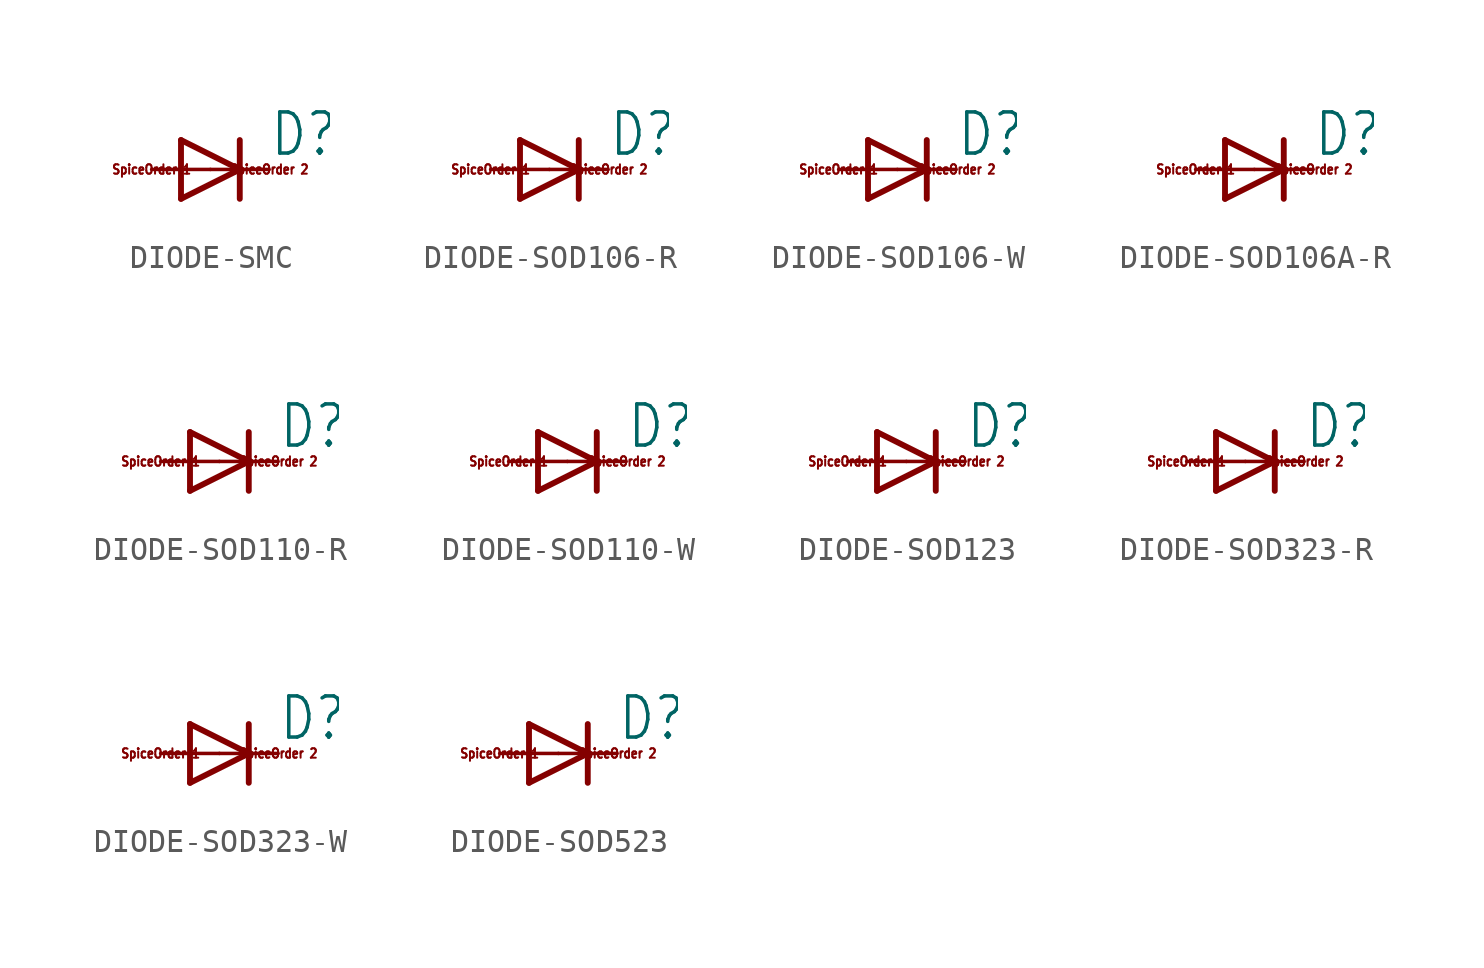
<source format=kicad_sym>
(kicad_symbol_lib
  (version 20241209)
  (generator "kicad_symbol_editor")
  (generator_version "9.0")
  (symbol "DIODE-SMC"
    (property "Reference" "D"
      (at 2.54 0.483 0)
      (effects (font (size 1.778 1.511)) (justify left bottom)))
    (property "Value" ""
      (at 2.54 -2.311 0)
      (effects (font (size 1.778 1.511)) (justify left bottom)))
    (property "ki_locked" ""
      (at 0 0 0)
      (effects (font (size 1.27 1.27))))
    (symbol "DIODE-SMC_1_0"
      (polyline (pts (xy -1.27 1.27) (xy -1.27 -1.27)) (stroke (width 0.254) (type solid)) (fill (type none)))
      (polyline (pts (xy -1.27 -1.27) (xy 1.27 0)) (stroke (width 0.254) (type solid)) (fill (type none)))
      (polyline (pts (xy 1.27 1.27) (xy 1.27 0)) (stroke (width 0.254) (type solid)) (fill (type none)))
      (polyline (pts (xy 1.27 0) (xy -1.27 1.27)) (stroke (width 0.254) (type solid)) (fill (type none)))
      (polyline (pts (xy 1.27 0) (xy 1.27 -1.27)) (stroke (width 0.254) (type solid)) (fill (type none)))
      (text "SpiceOrder 1" (at -2.54 0 0) (effects (font (size 0.406 0.345))))
      (text "SpiceOrder 2" (at 2.54 0 0) (effects (font (size 0.406 0.345))))
      (pin passive line (at -2.54 0 0) (length 2.54) (name "A" (effects (font (size 0 0)))) (number "A" (effects (font (size 0 0)))))
      (pin passive line (at 2.54 0 180) (length 2.54) (name "C" (effects (font (size 0 0)))) (number "C" (effects (font (size 0 0)))))))
  (symbol "DIODE-SOD106-R"
    (property "Reference" "D"
      (at 2.54 0.483 0)
      (effects (font (size 1.778 1.511)) (justify left bottom)))
    (property "Value" ""
      (at 2.54 -2.311 0)
      (effects (font (size 1.778 1.511)) (justify left bottom)))
    (property "ki_locked" ""
      (at 0 0 0)
      (effects (font (size 1.27 1.27))))
    (symbol "DIODE-SOD106-R_1_0"
      (polyline (pts (xy -1.27 1.27) (xy -1.27 -1.27)) (stroke (width 0.254) (type solid)) (fill (type none)))
      (polyline (pts (xy -1.27 -1.27) (xy 1.27 0)) (stroke (width 0.254) (type solid)) (fill (type none)))
      (polyline (pts (xy 1.27 1.27) (xy 1.27 0)) (stroke (width 0.254) (type solid)) (fill (type none)))
      (polyline (pts (xy 1.27 0) (xy -1.27 1.27)) (stroke (width 0.254) (type solid)) (fill (type none)))
      (polyline (pts (xy 1.27 0) (xy 1.27 -1.27)) (stroke (width 0.254) (type solid)) (fill (type none)))
      (text "SpiceOrder 1" (at -2.54 0 0) (effects (font (size 0.406 0.345))))
      (text "SpiceOrder 2" (at 2.54 0 0) (effects (font (size 0.406 0.345))))
      (pin passive line (at -2.54 0 0) (length 2.54) (name "A" (effects (font (size 0 0)))) (number "A" (effects (font (size 0 0)))))
      (pin passive line (at 2.54 0 180) (length 2.54) (name "C" (effects (font (size 0 0)))) (number "C" (effects (font (size 0 0)))))))
  (symbol "DIODE-SOD106-W"
    (property "Reference" "D"
      (at 2.54 0.483 0)
      (effects (font (size 1.778 1.511)) (justify left bottom)))
    (property "Value" ""
      (at 2.54 -2.311 0)
      (effects (font (size 1.778 1.511)) (justify left bottom)))
    (property "ki_locked" ""
      (at 0 0 0)
      (effects (font (size 1.27 1.27))))
    (symbol "DIODE-SOD106-W_1_0"
      (polyline (pts (xy -1.27 1.27) (xy -1.27 -1.27)) (stroke (width 0.254) (type solid)) (fill (type none)))
      (polyline (pts (xy -1.27 -1.27) (xy 1.27 0)) (stroke (width 0.254) (type solid)) (fill (type none)))
      (polyline (pts (xy 1.27 1.27) (xy 1.27 0)) (stroke (width 0.254) (type solid)) (fill (type none)))
      (polyline (pts (xy 1.27 0) (xy -1.27 1.27)) (stroke (width 0.254) (type solid)) (fill (type none)))
      (polyline (pts (xy 1.27 0) (xy 1.27 -1.27)) (stroke (width 0.254) (type solid)) (fill (type none)))
      (text "SpiceOrder 1" (at -2.54 0 0) (effects (font (size 0.406 0.345))))
      (text "SpiceOrder 2" (at 2.54 0 0) (effects (font (size 0.406 0.345))))
      (pin passive line (at -2.54 0 0) (length 2.54) (name "A" (effects (font (size 0 0)))) (number "A" (effects (font (size 0 0)))))
      (pin passive line (at 2.54 0 180) (length 2.54) (name "C" (effects (font (size 0 0)))) (number "C" (effects (font (size 0 0)))))))
  (symbol "DIODE-SOD106A-R"
    (property "Reference" "D"
      (at 2.54 0.483 0)
      (effects (font (size 1.778 1.511)) (justify left bottom)))
    (property "Value" ""
      (at 2.54 -2.311 0)
      (effects (font (size 1.778 1.511)) (justify left bottom)))
    (property "ki_locked" ""
      (at 0 0 0)
      (effects (font (size 1.27 1.27))))
    (symbol "DIODE-SOD106A-R_1_0"
      (polyline (pts (xy -1.27 1.27) (xy -1.27 -1.27)) (stroke (width 0.254) (type solid)) (fill (type none)))
      (polyline (pts (xy -1.27 -1.27) (xy 1.27 0)) (stroke (width 0.254) (type solid)) (fill (type none)))
      (polyline (pts (xy 1.27 1.27) (xy 1.27 0)) (stroke (width 0.254) (type solid)) (fill (type none)))
      (polyline (pts (xy 1.27 0) (xy -1.27 1.27)) (stroke (width 0.254) (type solid)) (fill (type none)))
      (polyline (pts (xy 1.27 0) (xy 1.27 -1.27)) (stroke (width 0.254) (type solid)) (fill (type none)))
      (text "SpiceOrder 1" (at -2.54 0 0) (effects (font (size 0.406 0.345))))
      (text "SpiceOrder 2" (at 2.54 0 0) (effects (font (size 0.406 0.345))))
      (pin passive line (at -2.54 0 0) (length 2.54) (name "A" (effects (font (size 0 0)))) (number "A" (effects (font (size 0 0)))))
      (pin passive line (at 2.54 0 180) (length 2.54) (name "C" (effects (font (size 0 0)))) (number "C" (effects (font (size 0 0)))))))
  (symbol "DIODE-SOD110-R"
    (property "Reference" "D"
      (at 2.54 0.483 0)
      (effects (font (size 1.778 1.511)) (justify left bottom)))
    (property "Value" ""
      (at 2.54 -2.311 0)
      (effects (font (size 1.778 1.511)) (justify left bottom)))
    (property "ki_locked" ""
      (at 0 0 0)
      (effects (font (size 1.27 1.27))))
    (symbol "DIODE-SOD110-R_1_0"
      (polyline (pts (xy -1.27 1.27) (xy -1.27 -1.27)) (stroke (width 0.254) (type solid)) (fill (type none)))
      (polyline (pts (xy -1.27 -1.27) (xy 1.27 0)) (stroke (width 0.254) (type solid)) (fill (type none)))
      (polyline (pts (xy 1.27 1.27) (xy 1.27 0)) (stroke (width 0.254) (type solid)) (fill (type none)))
      (polyline (pts (xy 1.27 0) (xy -1.27 1.27)) (stroke (width 0.254) (type solid)) (fill (type none)))
      (polyline (pts (xy 1.27 0) (xy 1.27 -1.27)) (stroke (width 0.254) (type solid)) (fill (type none)))
      (text "SpiceOrder 1" (at -2.54 0 0) (effects (font (size 0.406 0.345))))
      (text "SpiceOrder 2" (at 2.54 0 0) (effects (font (size 0.406 0.345))))
      (pin passive line (at -2.54 0 0) (length 2.54) (name "A" (effects (font (size 0 0)))) (number "A" (effects (font (size 0 0)))))
      (pin passive line (at 2.54 0 180) (length 2.54) (name "C" (effects (font (size 0 0)))) (number "C" (effects (font (size 0 0)))))))
  (symbol "DIODE-SOD110-W"
    (property "Reference" "D"
      (at 2.54 0.483 0)
      (effects (font (size 1.778 1.511)) (justify left bottom)))
    (property "Value" ""
      (at 2.54 -2.311 0)
      (effects (font (size 1.778 1.511)) (justify left bottom)))
    (property "ki_locked" ""
      (at 0 0 0)
      (effects (font (size 1.27 1.27))))
    (symbol "DIODE-SOD110-W_1_0"
      (polyline (pts (xy -1.27 1.27) (xy -1.27 -1.27)) (stroke (width 0.254) (type solid)) (fill (type none)))
      (polyline (pts (xy -1.27 -1.27) (xy 1.27 0)) (stroke (width 0.254) (type solid)) (fill (type none)))
      (polyline (pts (xy 1.27 1.27) (xy 1.27 0)) (stroke (width 0.254) (type solid)) (fill (type none)))
      (polyline (pts (xy 1.27 0) (xy -1.27 1.27)) (stroke (width 0.254) (type solid)) (fill (type none)))
      (polyline (pts (xy 1.27 0) (xy 1.27 -1.27)) (stroke (width 0.254) (type solid)) (fill (type none)))
      (text "SpiceOrder 1" (at -2.54 0 0) (effects (font (size 0.406 0.345))))
      (text "SpiceOrder 2" (at 2.54 0 0) (effects (font (size 0.406 0.345))))
      (pin passive line (at -2.54 0 0) (length 2.54) (name "A" (effects (font (size 0 0)))) (number "A" (effects (font (size 0 0)))))
      (pin passive line (at 2.54 0 180) (length 2.54) (name "C" (effects (font (size 0 0)))) (number "C" (effects (font (size 0 0)))))))
  (symbol "DIODE-SOD123"
    (property "Reference" "D"
      (at 2.54 0.483 0)
      (effects (font (size 1.778 1.511)) (justify left bottom)))
    (property "Value" ""
      (at 2.54 -2.311 0)
      (effects (font (size 1.778 1.511)) (justify left bottom)))
    (property "ki_locked" ""
      (at 0 0 0)
      (effects (font (size 1.27 1.27))))
    (symbol "DIODE-SOD123_1_0"
      (polyline (pts (xy -1.27 1.27) (xy -1.27 -1.27)) (stroke (width 0.254) (type solid)) (fill (type none)))
      (polyline (pts (xy -1.27 -1.27) (xy 1.27 0)) (stroke (width 0.254) (type solid)) (fill (type none)))
      (polyline (pts (xy 1.27 1.27) (xy 1.27 0)) (stroke (width 0.254) (type solid)) (fill (type none)))
      (polyline (pts (xy 1.27 0) (xy -1.27 1.27)) (stroke (width 0.254) (type solid)) (fill (type none)))
      (polyline (pts (xy 1.27 0) (xy 1.27 -1.27)) (stroke (width 0.254) (type solid)) (fill (type none)))
      (text "SpiceOrder 1" (at -2.54 0 0) (effects (font (size 0.406 0.345))))
      (text "SpiceOrder 2" (at 2.54 0 0) (effects (font (size 0.406 0.345))))
      (pin passive line (at -2.54 0 0) (length 2.54) (name "A" (effects (font (size 0 0)))) (number "A" (effects (font (size 0 0)))))
      (pin passive line (at 2.54 0 180) (length 2.54) (name "C" (effects (font (size 0 0)))) (number "C" (effects (font (size 0 0)))))))
  (symbol "DIODE-SOD323-R"
    (property "Reference" "D"
      (at 2.54 0.483 0)
      (effects (font (size 1.778 1.511)) (justify left bottom)))
    (property "Value" ""
      (at 2.54 -2.311 0)
      (effects (font (size 1.778 1.511)) (justify left bottom)))
    (property "ki_locked" ""
      (at 0 0 0)
      (effects (font (size 1.27 1.27))))
    (symbol "DIODE-SOD323-R_1_0"
      (polyline (pts (xy -1.27 1.27) (xy -1.27 -1.27)) (stroke (width 0.254) (type solid)) (fill (type none)))
      (polyline (pts (xy -1.27 -1.27) (xy 1.27 0)) (stroke (width 0.254) (type solid)) (fill (type none)))
      (polyline (pts (xy 1.27 1.27) (xy 1.27 0)) (stroke (width 0.254) (type solid)) (fill (type none)))
      (polyline (pts (xy 1.27 0) (xy -1.27 1.27)) (stroke (width 0.254) (type solid)) (fill (type none)))
      (polyline (pts (xy 1.27 0) (xy 1.27 -1.27)) (stroke (width 0.254) (type solid)) (fill (type none)))
      (text "SpiceOrder 1" (at -2.54 0 0) (effects (font (size 0.406 0.345))))
      (text "SpiceOrder 2" (at 2.54 0 0) (effects (font (size 0.406 0.345))))
      (pin passive line (at -2.54 0 0) (length 2.54) (name "A" (effects (font (size 0 0)))) (number "A" (effects (font (size 0 0)))))
      (pin passive line (at 2.54 0 180) (length 2.54) (name "C" (effects (font (size 0 0)))) (number "C" (effects (font (size 0 0)))))))
  (symbol "DIODE-SOD323-W"
    (property "Reference" "D"
      (at 2.54 0.483 0)
      (effects (font (size 1.778 1.511)) (justify left bottom)))
    (property "Value" ""
      (at 2.54 -2.311 0)
      (effects (font (size 1.778 1.511)) (justify left bottom)))
    (property "ki_locked" ""
      (at 0 0 0)
      (effects (font (size 1.27 1.27))))
    (symbol "DIODE-SOD323-W_1_0"
      (polyline (pts (xy -1.27 1.27) (xy -1.27 -1.27)) (stroke (width 0.254) (type solid)) (fill (type none)))
      (polyline (pts (xy -1.27 -1.27) (xy 1.27 0)) (stroke (width 0.254) (type solid)) (fill (type none)))
      (polyline (pts (xy 1.27 1.27) (xy 1.27 0)) (stroke (width 0.254) (type solid)) (fill (type none)))
      (polyline (pts (xy 1.27 0) (xy -1.27 1.27)) (stroke (width 0.254) (type solid)) (fill (type none)))
      (polyline (pts (xy 1.27 0) (xy 1.27 -1.27)) (stroke (width 0.254) (type solid)) (fill (type none)))
      (text "SpiceOrder 1" (at -2.54 0 0) (effects (font (size 0.406 0.345))))
      (text "SpiceOrder 2" (at 2.54 0 0) (effects (font (size 0.406 0.345))))
      (pin passive line (at -2.54 0 0) (length 2.54) (name "A" (effects (font (size 0 0)))) (number "A" (effects (font (size 0 0)))))
      (pin passive line (at 2.54 0 180) (length 2.54) (name "C" (effects (font (size 0 0)))) (number "C" (effects (font (size 0 0)))))))
  (symbol "DIODE-SOD523"
    (property "Reference" "D"
      (at 2.54 0.483 0)
      (effects (font (size 1.778 1.511)) (justify left bottom)))
    (property "Value" ""
      (at 2.54 -2.311 0)
      (effects (font (size 1.778 1.511)) (justify left bottom)))
    (property "ki_locked" ""
      (at 0 0 0)
      (effects (font (size 1.27 1.27))))
    (symbol "DIODE-SOD523_1_0"
      (polyline (pts (xy -1.27 1.27) (xy -1.27 -1.27)) (stroke (width 0.254) (type solid)) (fill (type none)))
      (polyline (pts (xy -1.27 -1.27) (xy 1.27 0)) (stroke (width 0.254) (type solid)) (fill (type none)))
      (polyline (pts (xy 1.27 1.27) (xy 1.27 0)) (stroke (width 0.254) (type solid)) (fill (type none)))
      (polyline (pts (xy 1.27 0) (xy -1.27 1.27)) (stroke (width 0.254) (type solid)) (fill (type none)))
      (polyline (pts (xy 1.27 0) (xy 1.27 -1.27)) (stroke (width 0.254) (type solid)) (fill (type none)))
      (text "SpiceOrder 1" (at -2.54 0 0) (effects (font (size 0.406 0.345))))
      (text "SpiceOrder 2" (at 2.54 0 0) (effects (font (size 0.406 0.345))))
      (pin passive line (at -2.54 0 0) (length 2.54) (name "A" (effects (font (size 0 0)))) (number "A" (effects (font (size 0 0)))))
      (pin passive line (at 2.54 0 180) (length 2.54) (name "C" (effects (font (size 0 0)))) (number "C" (effects (font (size 0 0))))))))
</source>
